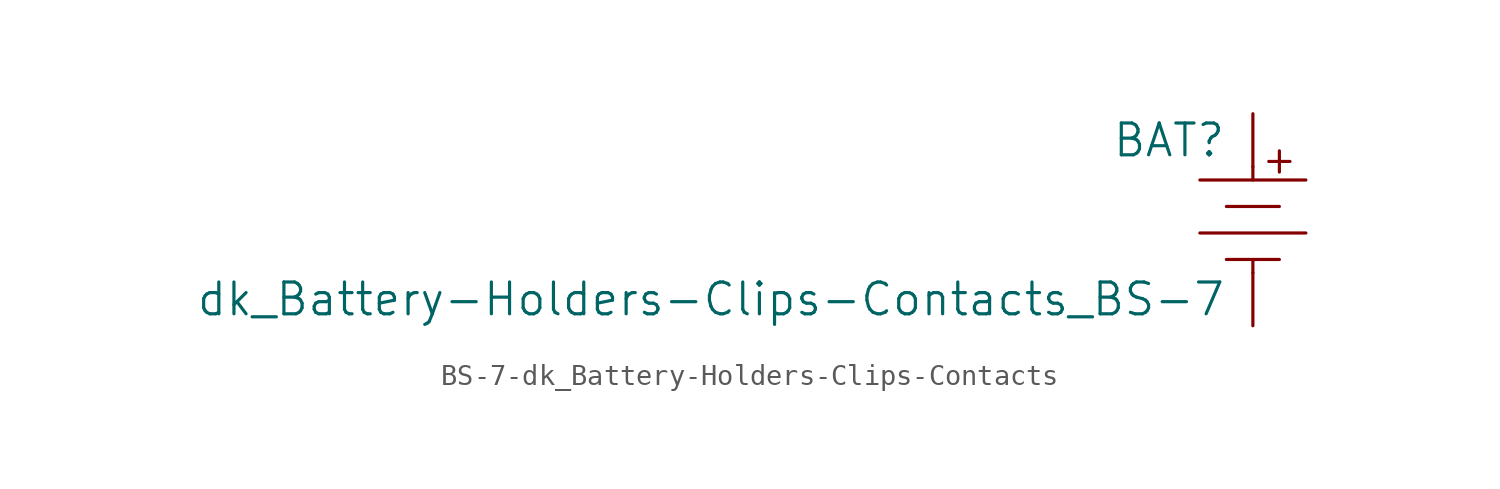
<source format=kicad_sym>
(kicad_symbol_lib
  (version 20220914)
  (generator kicad_symbol_editor)
  (symbol "BS-7-dk_Battery-Holders-Clips-Contacts"
    (pin_numbers hide)
    (pin_names
      (offset 1.016))
    (property "Reference" "BAT"
      (at -1.27 3.81 0)
      (effects (font (size 1.524 1.524)) (justify right)))
    (property "Value" "dk_Battery-Holders-Clips-Contacts_BS-7"
      (at -1.27 -3.81 0)
      (effects (font (size 1.524 1.524)) (justify right)))
    (symbol "BS-7-dk_Battery-Holders-Clips-Contacts_1_1"
      (polyline (pts (xy 0 -2.54) (xy 0 -1.905)) (stroke (width 0) (type solid)) (fill (type none)))
      (polyline (pts (xy 0 1.905) (xy 0 2.54)) (stroke (width 0) (type solid)) (fill (type none)))
      (polyline (pts (xy 1.27 -1.905) (xy -1.27 -1.905)) (stroke (width 0) (type solid)) (fill (type none)))
      (polyline (pts (xy 1.27 0.635) (xy -1.27 0.635)) (stroke (width 0) (type solid)) (fill (type none)))
      (polyline (pts (xy 1.27 2.286) (xy 1.27 3.302)) (stroke (width 0) (type solid)) (fill (type none)))
      (polyline (pts (xy 1.778 2.794) (xy 0.762 2.794)) (stroke (width 0) (type solid)) (fill (type none)))
      (polyline (pts (xy 2.54 -0.635) (xy -2.54 -0.635)) (stroke (width 0) (type solid)) (fill (type none)))
      (polyline (pts (xy 2.54 1.905) (xy -2.54 1.905)) (stroke (width 0) (type solid)) (fill (type none)))
      (pin power_out line (at 0 -5.08 90) (length 2.54) (name "~" (effects (font (size 1.27 1.27)))) (number "Neg" (effects (font (size 1.27 1.27)))))
      (pin power_in line (at 0 5.08 270) (length 2.54) (name "~" (effects (font (size 1.27 1.27)))) (number "Pos" (effects (font (size 1.27 1.27))))))))
</source>
